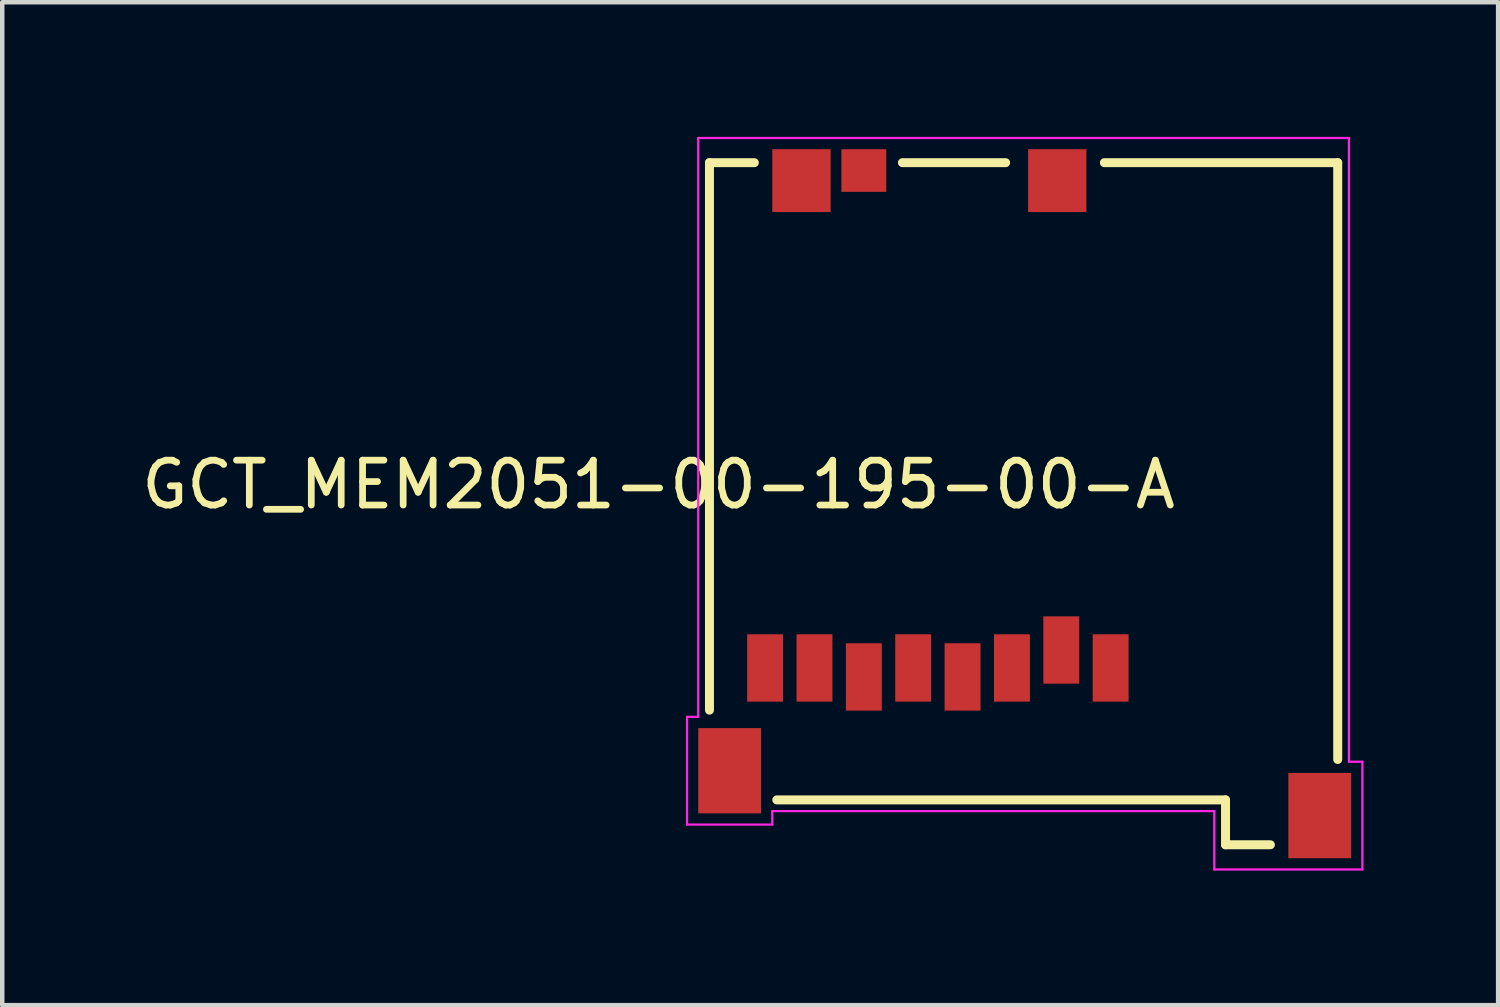
<source format=kicad_pcb>
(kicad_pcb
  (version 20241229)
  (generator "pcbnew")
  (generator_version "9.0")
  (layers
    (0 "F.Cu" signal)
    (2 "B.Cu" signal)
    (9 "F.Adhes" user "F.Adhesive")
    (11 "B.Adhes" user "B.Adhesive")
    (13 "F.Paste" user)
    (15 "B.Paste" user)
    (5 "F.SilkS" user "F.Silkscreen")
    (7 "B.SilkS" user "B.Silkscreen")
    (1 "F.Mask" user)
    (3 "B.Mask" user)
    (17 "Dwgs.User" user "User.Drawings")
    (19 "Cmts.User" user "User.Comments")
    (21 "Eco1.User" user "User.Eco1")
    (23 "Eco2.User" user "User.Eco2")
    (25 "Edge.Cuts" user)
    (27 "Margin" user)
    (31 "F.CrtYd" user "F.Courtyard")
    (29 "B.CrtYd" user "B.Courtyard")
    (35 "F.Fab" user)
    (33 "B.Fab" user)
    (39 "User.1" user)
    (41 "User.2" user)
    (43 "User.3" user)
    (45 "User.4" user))
  (footprint "GCT_MEM2051-00-195-00-A"
    (layer "F.Cu")
    (at 19.76 8.175)
    (property "Reference" "GCT_MEM2051-00-195-00-A" (at -8.135 -0.425 180) (layer "F.SilkS") (effects (font (size 1 1) (thickness 0.15))))
    (attr smd)
    (fp_line (start -7 -7.6) (end -7 4.6) (stroke (width 0.2) (type solid)) (layer "F.SilkS"))
    (fp_line (start -6 -7.6) (end -7 -7.6) (stroke (width 0.2) (type solid)) (layer "F.SilkS"))
    (fp_line (start -5.5 6.6) (end 4.5 6.6) (stroke (width 0.2) (type solid)) (layer "F.SilkS"))
    (fp_line (start -0.4 -7.6) (end -2.7 -7.6) (stroke (width 0.2) (type solid)) (layer "F.SilkS"))
    (fp_line (start 4.5 6.6) (end 4.5 7.6) (stroke (width 0.2) (type solid)) (layer "F.SilkS"))
    (fp_line (start 4.5 7.6) (end 5.5 7.6) (stroke (width 0.2) (type solid)) (layer "F.SilkS"))
    (fp_line (start 7 -7.6) (end 1.8 -7.6) (stroke (width 0.2) (type solid)) (layer "F.SilkS"))
    (fp_line (start 7 5.7) (end 7 -7.6) (stroke (width 0.2) (type solid)) (layer "F.SilkS"))
    (fp_line (start -7.5 4.75) (end -7.25 4.75) (stroke (width 0.05) (type solid)) (layer "F.CrtYd"))
    (fp_line (start -7.5 7.15) (end -7.5 4.75) (stroke (width 0.05) (type solid)) (layer "F.CrtYd"))
    (fp_line (start -7.25 -8.15) (end 7.25 -8.15) (stroke (width 0.05) (type solid)) (layer "F.CrtYd"))
    (fp_line (start -7.25 4.75) (end -7.25 -8.15) (stroke (width 0.05) (type solid)) (layer "F.CrtYd"))
    (fp_line (start -5.6 6.85) (end -5.6 7.15) (stroke (width 0.05) (type solid)) (layer "F.CrtYd"))
    (fp_line (start -5.6 7.15) (end -7.5 7.15) (stroke (width 0.05) (type solid)) (layer "F.CrtYd"))
    (fp_line (start 4.25 6.85) (end -5.6 6.85) (stroke (width 0.05) (type solid)) (layer "F.CrtYd"))
    (fp_line (start 4.25 8.15) (end 4.25 6.85) (stroke (width 0.05) (type solid)) (layer "F.CrtYd"))
    (fp_line (start 7.25 -8.15) (end 7.25 5.75) (stroke (width 0.05) (type solid)) (layer "F.CrtYd"))
    (fp_line (start 7.25 5.75) (end 7.55 5.75) (stroke (width 0.05) (type solid)) (layer "F.CrtYd"))
    (fp_line (start 7.55 5.75) (end 7.55 8.15) (stroke (width 0.05) (type solid)) (layer "F.CrtYd"))
    (fp_line (start 7.55 8.15) (end 4.25 8.15) (stroke (width 0.05) (type solid)) (layer "F.CrtYd"))
    (pad "1" smd rect (at 1.94 3.66) (size 0.8 1.5) (layers "F.Cu" "F.Mask" "F.Paste"))
    (pad "2" smd rect (at 0.84 3.26) (size 0.8 1.5) (layers "F.Cu" "F.Mask" "F.Paste"))
    (pad "3" smd rect (at -0.26 3.66) (size 0.8 1.5) (layers "F.Cu" "F.Mask" "F.Paste"))
    (pad "4" smd rect (at -1.36 3.86) (size 0.8 1.5) (layers "F.Cu" "F.Mask" "F.Paste"))
    (pad "5" smd rect (at -2.46 3.66) (size 0.8 1.5) (layers "F.Cu" "F.Mask" "F.Paste"))
    (pad "6" smd rect (at -3.56 3.86) (size 0.8 1.5) (layers "F.Cu" "F.Mask" "F.Paste"))
    (pad "7" smd rect (at -4.66 3.66) (size 0.8 1.5) (layers "F.Cu" "F.Mask" "F.Paste"))
    (pad "8" smd rect (at -5.76 3.66) (size 0.8 1.5) (layers "F.Cu" "F.Mask" "F.Paste"))
    (pad "9" smd rect (at -3.56 -7.425) (size 1 0.95) (layers "F.Cu" "F.Mask" "F.Paste"))
    (pad "P1" smd rect (at -4.95 -7.2) (size 1.3 1.4) (layers "F.Cu" "F.Mask" "F.Paste"))
    (pad "P2" smd rect (at 0.75 -7.2) (size 1.3 1.4) (layers "F.Cu" "F.Mask" "F.Paste"))
    (pad "P3" smd rect (at 6.6 6.95) (size 1.4 1.9) (layers "F.Cu" "F.Mask" "F.Paste"))
    (pad "P4" smd rect (at -6.55 5.95) (size 1.4 1.9) (layers "F.Cu" "F.Mask" "F.Paste")))
  (gr_rect
    (start -3 -3)
    (end 30.335 19.35)
    (stroke (width 0.1) (type default))
    (fill no)
    (layer "Edge.Cuts")))
</source>
